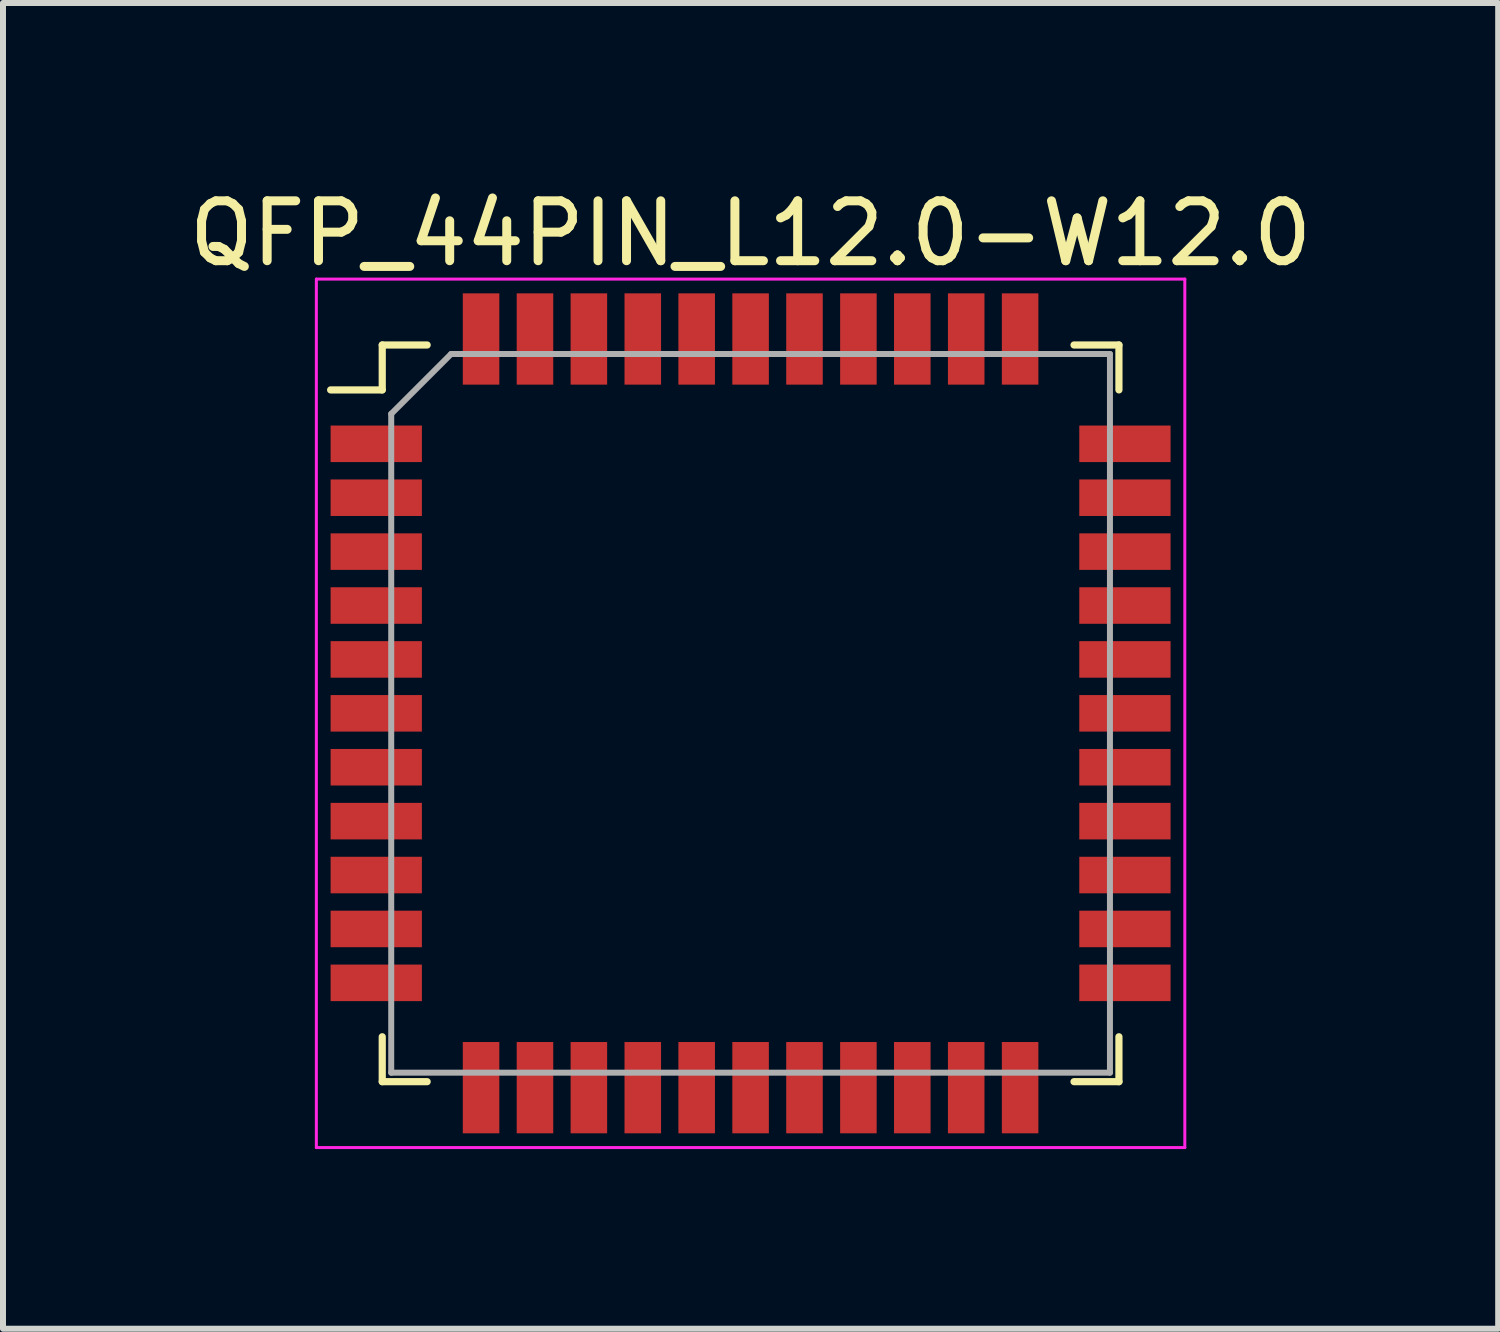
<source format=kicad_pcb>
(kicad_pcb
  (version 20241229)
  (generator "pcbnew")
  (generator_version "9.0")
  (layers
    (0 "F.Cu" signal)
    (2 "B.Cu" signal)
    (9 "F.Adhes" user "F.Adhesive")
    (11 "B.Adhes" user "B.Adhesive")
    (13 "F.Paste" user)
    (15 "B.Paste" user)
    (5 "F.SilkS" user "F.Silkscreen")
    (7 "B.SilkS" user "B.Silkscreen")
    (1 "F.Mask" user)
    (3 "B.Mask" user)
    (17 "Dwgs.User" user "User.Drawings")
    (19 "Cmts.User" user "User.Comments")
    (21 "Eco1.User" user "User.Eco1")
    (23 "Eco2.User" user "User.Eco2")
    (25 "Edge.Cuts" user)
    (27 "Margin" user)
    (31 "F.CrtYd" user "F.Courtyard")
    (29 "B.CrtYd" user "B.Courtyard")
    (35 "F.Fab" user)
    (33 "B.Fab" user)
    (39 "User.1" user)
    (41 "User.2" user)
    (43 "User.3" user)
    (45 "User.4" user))
  (footprint "QFP_44PIN_L12.0-W12.0"
    (layer "F.Cu")
    (at 9.482 8.86)
    (property "Reference" "QFP_44PIN_L12.0-W12.0" (at 0 -8.012 0) (layer "F.SilkS") (effects (font (size 1 1) (thickness 0.15))))
    (attr smd)
    (fp_line (start -6.15 -6.15) (end -6.15 -5.4) (stroke (width 0.12) (type solid)) (layer "F.SilkS"))
    (fp_line (start -6.15 -5.4) (end -7.012 -5.4) (stroke (width 0.12) (type solid)) (layer "F.SilkS"))
    (fp_line (start -6.15 6.15) (end -6.15 5.4) (stroke (width 0.12) (type solid)) (layer "F.SilkS"))
    (fp_line (start -5.4 -6.15) (end -6.15 -6.15) (stroke (width 0.12) (type solid)) (layer "F.SilkS"))
    (fp_line (start -5.4 6.15) (end -6.15 6.15) (stroke (width 0.12) (type solid)) (layer "F.SilkS"))
    (fp_line (start 5.4 -6.15) (end 6.15 -6.15) (stroke (width 0.12) (type solid)) (layer "F.SilkS"))
    (fp_line (start 5.4 6.15) (end 6.15 6.15) (stroke (width 0.12) (type solid)) (layer "F.SilkS"))
    (fp_line (start 6.15 -6.15) (end 6.15 -5.4) (stroke (width 0.12) (type solid)) (layer "F.SilkS"))
    (fp_line (start 6.15 6.15) (end 6.15 5.4) (stroke (width 0.12) (type solid)) (layer "F.SilkS"))
    (fp_line (start -7.25 -7.25) (end 7.25 -7.25) (stroke (width 0.05) (type solid)) (layer "F.CrtYd"))
    (fp_line (start -7.25 7.25) (end -7.25 -7.25) (stroke (width 0.05) (type solid)) (layer "F.CrtYd"))
    (fp_line (start 7.25 -7.25) (end 7.25 7.25) (stroke (width 0.05) (type solid)) (layer "F.CrtYd"))
    (fp_line (start 7.25 7.25) (end -7.25 7.25) (stroke (width 0.05) (type solid)) (layer "F.CrtYd"))
    (fp_line (start -6 -5) (end -6 6) (stroke (width 0.1) (type solid)) (layer "F.Fab"))
    (fp_line (start -6 6) (end 6 6) (stroke (width 0.1) (type solid)) (layer "F.Fab"))
    (fp_line (start -5 -6) (end -6 -5) (stroke (width 0.1) (type solid)) (layer "F.Fab"))
    (fp_line (start 6 -6) (end -5 -6) (stroke (width 0.1) (type solid)) (layer "F.Fab"))
    (fp_line (start 6 6) (end 6 -6) (stroke (width 0.1) (type solid)) (layer "F.Fab"))
    (pad "1" smd rect (at -6.25 -4.5 90) (size 0.61 1.524) (layers "F.Cu" "F.Mask" "F.Paste"))
    (pad "2" smd rect (at -6.25 -3.6 90) (size 0.61 1.524) (layers "F.Cu" "F.Mask" "F.Paste"))
    (pad "3" smd rect (at -6.25 -2.7 90) (size 0.61 1.524) (layers "F.Cu" "F.Mask" "F.Paste"))
    (pad "4" smd rect (at -6.25 -1.8 90) (size 0.61 1.524) (layers "F.Cu" "F.Mask" "F.Paste"))
    (pad "5" smd rect (at -6.25 -0.9 90) (size 0.61 1.524) (layers "F.Cu" "F.Mask" "F.Paste"))
    (pad "6" smd rect (at -6.25 0 90) (size 0.61 1.524) (layers "F.Cu" "F.Mask" "F.Paste"))
    (pad "7" smd rect (at -6.25 0.9 90) (size 0.61 1.524) (layers "F.Cu" "F.Mask" "F.Paste"))
    (pad "8" smd rect (at -6.25 1.8 90) (size 0.61 1.524) (layers "F.Cu" "F.Mask" "F.Paste"))
    (pad "9" smd rect (at -6.25 2.7 90) (size 0.61 1.524) (layers "F.Cu" "F.Mask" "F.Paste"))
    (pad "10" smd rect (at -6.25 3.6 90) (size 0.61 1.524) (layers "F.Cu" "F.Mask" "F.Paste"))
    (pad "11" smd rect (at -6.25 4.5 90) (size 0.61 1.524) (layers "F.Cu" "F.Mask" "F.Paste"))
    (pad "12" smd rect (at -4.5 6.25) (size 0.61 1.524) (layers "F.Cu" "F.Mask" "F.Paste"))
    (pad "13" smd rect (at -3.6 6.25) (size 0.61 1.524) (layers "F.Cu" "F.Mask" "F.Paste"))
    (pad "14" smd rect (at -2.7 6.25) (size 0.61 1.524) (layers "F.Cu" "F.Mask" "F.Paste"))
    (pad "15" smd rect (at -1.8 6.25) (size 0.61 1.524) (layers "F.Cu" "F.Mask" "F.Paste"))
    (pad "16" smd rect (at -0.9 6.25) (size 0.61 1.524) (layers "F.Cu" "F.Mask" "F.Paste"))
    (pad "17" smd rect (at 0 6.25) (size 0.61 1.524) (layers "F.Cu" "F.Mask" "F.Paste"))
    (pad "18" smd rect (at 0.9 6.25) (size 0.61 1.524) (layers "F.Cu" "F.Mask" "F.Paste"))
    (pad "19" smd rect (at 1.8 6.25) (size 0.61 1.524) (layers "F.Cu" "F.Mask" "F.Paste"))
    (pad "20" smd rect (at 2.7 6.25) (size 0.61 1.524) (layers "F.Cu" "F.Mask" "F.Paste"))
    (pad "21" smd rect (at 3.6 6.25) (size 0.61 1.524) (layers "F.Cu" "F.Mask" "F.Paste"))
    (pad "22" smd rect (at 4.5 6.25) (size 0.61 1.524) (layers "F.Cu" "F.Mask" "F.Paste"))
    (pad "23" smd rect (at 6.25 4.5 90) (size 0.61 1.524) (layers "F.Cu" "F.Mask" "F.Paste"))
    (pad "24" smd rect (at 6.25 3.6 90) (size 0.61 1.524) (layers "F.Cu" "F.Mask" "F.Paste"))
    (pad "25" smd rect (at 6.25 2.7 90) (size 0.61 1.524) (layers "F.Cu" "F.Mask" "F.Paste"))
    (pad "26" smd rect (at 6.25 1.8 90) (size 0.61 1.524) (layers "F.Cu" "F.Mask" "F.Paste"))
    (pad "27" smd rect (at 6.25 0.9 90) (size 0.61 1.524) (layers "F.Cu" "F.Mask" "F.Paste"))
    (pad "28" smd rect (at 6.25 0 90) (size 0.61 1.524) (layers "F.Cu" "F.Mask" "F.Paste"))
    (pad "29" smd rect (at 6.25 -0.9 90) (size 0.61 1.524) (layers "F.Cu" "F.Mask" "F.Paste"))
    (pad "30" smd rect (at 6.25 -1.8 90) (size 0.61 1.524) (layers "F.Cu" "F.Mask" "F.Paste"))
    (pad "31" smd rect (at 6.25 -2.7 90) (size 0.61 1.524) (layers "F.Cu" "F.Mask" "F.Paste"))
    (pad "32" smd rect (at 6.25 -3.6 90) (size 0.61 1.524) (layers "F.Cu" "F.Mask" "F.Paste"))
    (pad "33" smd rect (at 6.25 -4.5 90) (size 0.61 1.524) (layers "F.Cu" "F.Mask" "F.Paste"))
    (pad "34" smd rect (at 4.5 -6.25) (size 0.61 1.524) (layers "F.Cu" "F.Mask" "F.Paste"))
    (pad "35" smd rect (at 3.6 -6.25) (size 0.61 1.524) (layers "F.Cu" "F.Mask" "F.Paste"))
    (pad "36" smd rect (at 2.7 -6.25) (size 0.61 1.524) (layers "F.Cu" "F.Mask" "F.Paste"))
    (pad "37" smd rect (at 1.8 -6.25) (size 0.61 1.524) (layers "F.Cu" "F.Mask" "F.Paste"))
    (pad "38" smd rect (at 0.9 -6.25) (size 0.61 1.524) (layers "F.Cu" "F.Mask" "F.Paste"))
    (pad "39" smd rect (at 0 -6.25) (size 0.61 1.524) (layers "F.Cu" "F.Mask" "F.Paste"))
    (pad "40" smd rect (at -0.9 -6.25) (size 0.61 1.524) (layers "F.Cu" "F.Mask" "F.Paste"))
    (pad "41" smd rect (at -1.8 -6.25) (size 0.61 1.524) (layers "F.Cu" "F.Mask" "F.Paste"))
    (pad "42" smd rect (at -2.7 -6.25) (size 0.61 1.524) (layers "F.Cu" "F.Mask" "F.Paste"))
    (pad "43" smd rect (at -3.6 -6.25) (size 0.61 1.524) (layers "F.Cu" "F.Mask" "F.Paste"))
    (pad "44" smd rect (at -4.5 -6.25) (size 0.61 1.524) (layers "F.Cu" "F.Mask" "F.Paste")))
  (gr_rect
    (start -3 -3)
    (end 21.964 19.135)
    (stroke (width 0.1) (type default))
    (fill no)
    (layer "Edge.Cuts")))
</source>
